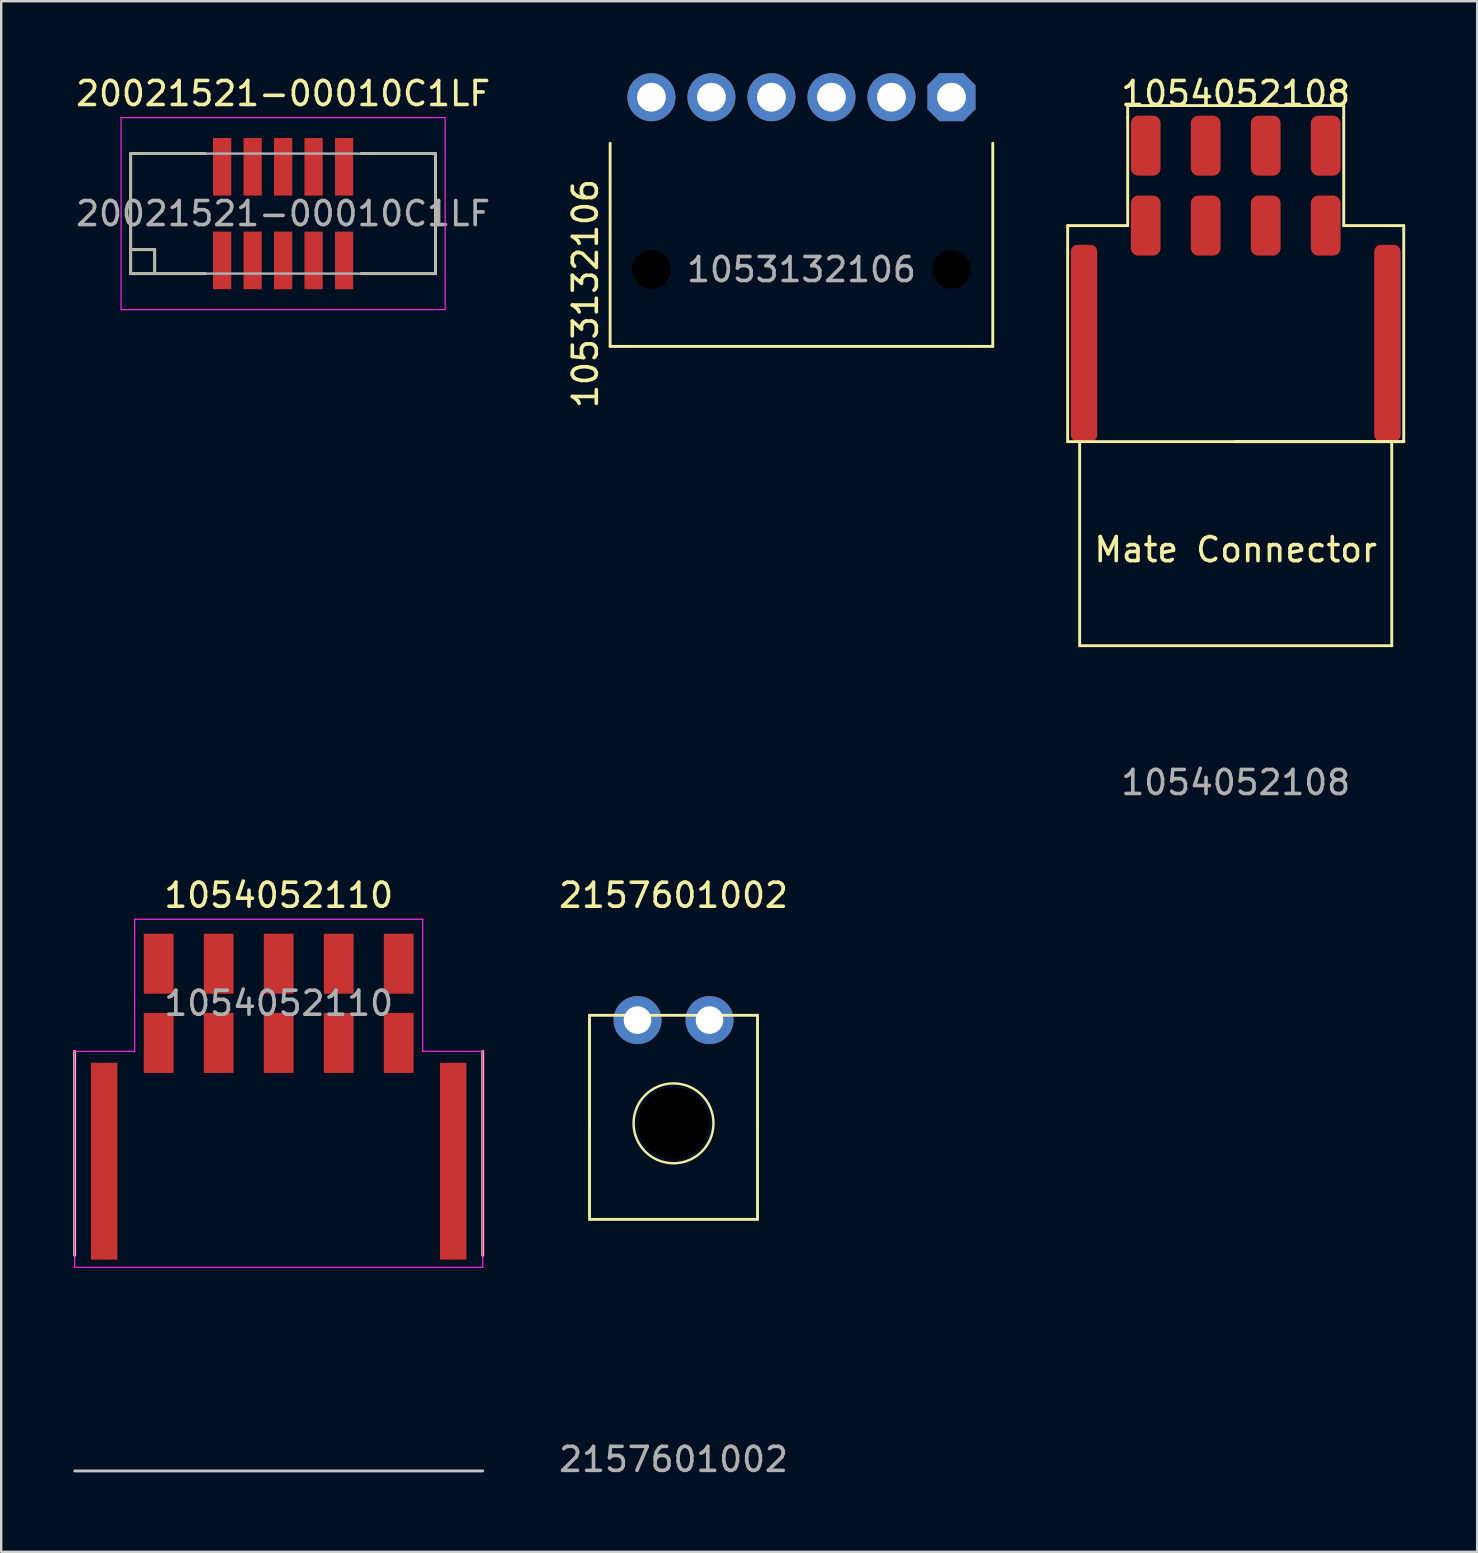
<source format=kicad_pcb>
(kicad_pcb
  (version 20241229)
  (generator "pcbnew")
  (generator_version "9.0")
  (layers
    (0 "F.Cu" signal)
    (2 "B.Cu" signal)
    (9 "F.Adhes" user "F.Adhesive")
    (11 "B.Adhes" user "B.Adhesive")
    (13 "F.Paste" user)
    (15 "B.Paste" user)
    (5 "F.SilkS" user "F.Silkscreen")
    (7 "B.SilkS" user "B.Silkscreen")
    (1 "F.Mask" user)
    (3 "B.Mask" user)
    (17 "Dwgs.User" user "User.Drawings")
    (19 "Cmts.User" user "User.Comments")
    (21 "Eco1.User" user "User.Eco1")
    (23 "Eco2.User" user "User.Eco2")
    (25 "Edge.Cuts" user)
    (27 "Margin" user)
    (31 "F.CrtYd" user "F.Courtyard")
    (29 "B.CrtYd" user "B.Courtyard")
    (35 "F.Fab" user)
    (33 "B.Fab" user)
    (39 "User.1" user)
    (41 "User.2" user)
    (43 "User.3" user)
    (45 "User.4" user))
  (footprint "1054052108"
    (layer "F.Cu")
    (at 48.426 15.348)
    (property "Reference" "1054052108" (at 0 -14.5 0) (unlocked yes) (layer "F.SilkS") (effects (font (size 1 1) (thickness 0.15))))
    (attr smd)
    (fp_line (start -7 -9) (end -4.5 -9) (stroke (width 0.12) (type solid)) (layer "F.SilkS"))
    (fp_line (start -7 0) (end -7 -9) (stroke (width 0.12) (type solid)) (layer "F.SilkS"))
    (fp_line (start -6.5 8.5) (end -6.5 0) (stroke (width 0.12) (type solid)) (layer "F.SilkS"))
    (fp_line (start -4.5 -13.5) (end -4.5 -14) (stroke (width 0.12) (type solid)) (layer "F.SilkS"))
    (fp_line (start -4.5 -13.5) (end -4.5 -9) (stroke (width 0.12) (type solid)) (layer "F.SilkS"))
    (fp_line (start 0 0) (end -7 0) (stroke (width 0.12) (type solid)) (layer "F.SilkS"))
    (fp_line (start 0 0) (end 7 0) (stroke (width 0.12) (type solid)) (layer "F.SilkS"))
    (fp_line (start 4.5 -14) (end -4.5 -14) (stroke (width 0.12) (type solid)) (layer "F.SilkS"))
    (fp_line (start 4.5 -13.5) (end 4.5 -14) (stroke (width 0.12) (type solid)) (layer "F.SilkS"))
    (fp_line (start 4.5 -9) (end 4.5 -13.5) (stroke (width 0.12) (type solid)) (layer "F.SilkS"))
    (fp_line (start 6.5 0) (end 6.5 8.5) (stroke (width 0.12) (type solid)) (layer "F.SilkS"))
    (fp_line (start 6.5 8.5) (end -6.5 8.5) (stroke (width 0.12) (type solid)) (layer "F.SilkS"))
    (fp_line (start 7 -9) (end 4.5 -9) (stroke (width 0.12) (type solid)) (layer "F.SilkS"))
    (fp_line (start 7 0) (end 0 0) (stroke (width 0.12) (type solid)) (layer "F.SilkS"))
    (fp_line (start 7 0) (end 7 -9) (stroke (width 0.12) (type solid)) (layer "F.SilkS"))
    (fp_text user "Mate Connector" (at 0 4.5 0) (unlocked yes) (layer "F.SilkS") (effects (font (size 1 1) (thickness 0.15))))
    (fp_text user "${REFERENCE}" (at 0 14.2 0) (unlocked yes) (layer "F.Fab") (effects (font (size 1 1) (thickness 0.15))))
    (pad "" smd roundrect (at -6.32 -4.1) (size 1.1 8.2) (layers "F.Cu" "F.Mask" "F.Paste") (roundrect_rratio 0.25))
    (pad "" smd roundrect (at 6.32 -4.1) (size 1.1 8.2) (layers "F.Cu" "F.Mask" "F.Paste") (roundrect_rratio 0.25))
    (pad "1" smd roundrect (at 3.75 -12.33) (size 1.24 2.5) (layers "F.Cu" "F.Mask" "F.Paste") (roundrect_rratio 0.25))
    (pad "2" smd roundrect (at 1.25 -12.33) (size 1.24 2.5) (layers "F.Cu" "F.Mask" "F.Paste") (roundrect_rratio 0.25))
    (pad "3" smd roundrect (at -1.25 -12.33) (size 1.24 2.5) (layers "F.Cu" "F.Mask" "F.Paste") (roundrect_rratio 0.25))
    (pad "4" smd roundrect (at -3.75 -12.33) (size 1.24 2.5) (layers "F.Cu" "F.Mask" "F.Paste") (roundrect_rratio 0.25))
    (pad "5" smd roundrect (at 3.75 -9) (size 1.24 2.5) (layers "F.Cu" "F.Mask" "F.Paste") (roundrect_rratio 0.25))
    (pad "6" smd roundrect (at 1.25 -9) (size 1.24 2.5) (layers "F.Cu" "F.Mask" "F.Paste") (roundrect_rratio 0.25))
    (pad "7" smd roundrect (at -1.25 -9) (size 1.24 2.5) (layers "F.Cu" "F.Mask" "F.Paste") (roundrect_rratio 0.25))
    (pad "8" smd roundrect (at -3.75 -9) (size 1.24 2.5) (layers "F.Cu" "F.Mask" "F.Paste") (roundrect_rratio 0.25)))
  (footprint "2157601002"
    (layer "F.Cu")
    (at 25.007 43.745)
    (property "Reference" "2157601002" (at 0 -9.5 0) (unlocked yes) (layer "F.SilkS") (effects (font (size 1 1) (thickness 0.15))))
    (fp_line (start -3.5 -4.5) (end 3.5 -4.5) (stroke (width 0.12) (type solid)) (layer "F.SilkS"))
    (fp_line (start -3.5 0) (end -3.5 -4.5) (stroke (width 0.12) (type solid)) (layer "F.SilkS"))
    (fp_line (start -3.5 4) (end -3.5 0) (stroke (width 0.12) (type solid)) (layer "F.SilkS"))
    (fp_line (start 3.5 -4.5) (end 3.5 0) (stroke (width 0.12) (type solid)) (layer "F.SilkS"))
    (fp_line (start 3.5 0) (end 3.5 4) (stroke (width 0.12) (type solid)) (layer "F.SilkS"))
    (fp_line (start 3.5 4) (end -3.5 4) (stroke (width 0.12) (type solid)) (layer "F.SilkS"))
    (fp_circle (center 0 0) (end 0.9 1.4) (stroke (width 0.1) (type default)) (fill no) (layer "F.SilkS"))
    (fp_text user "${REFERENCE}" (at 0 14 0) (unlocked yes) (layer "F.Fab") (effects (font (size 1 1) (thickness 0.15))))
    (pad "" np_thru_hole circle (at 0 0) (size 3 3) (drill 3) (layers "*.Mask"))
    (pad "1" thru_hole circle (at 1.5 -4.3) (size 2 2) (drill 1.15) (layers "*.Cu" "*.Mask"))
    (pad "2" thru_hole circle (at -1.5 -4.3) (size 2 2) (drill 1.15) (layers "*.Cu" "*.Mask")))
  (footprint "1054052110"
    (layer "F.Cu")
    (at 8.56 38.745)
    (property "Reference" "1054052110" (at 0 -4.5 0) (layer "F.SilkS") (effects (font (size 1 1) (thickness 0.15))))
    (attr smd)
    (fp_line (start -8.5 2) (end -8.5 10.5) (stroke (width 0.12) (type solid)) (layer "F.SilkS"))
    (fp_line (start 8.5 2) (end 8.5 10.5) (stroke (width 0.12) (type solid)) (layer "F.SilkS"))
    (fp_line (start -8.5 19.48) (end 8.5 19.48) (stroke (width 0.12) (type solid)) (layer "Dwgs.User"))
    (fp_line (start -8.5 2) (end -6 2) (stroke (width 0.05) (type solid)) (layer "F.CrtYd"))
    (fp_line (start -8.5 11) (end -8.5 2) (stroke (width 0.05) (type solid)) (layer "F.CrtYd"))
    (fp_line (start -6 -3.5) (end 6 -3.5) (stroke (width 0.05) (type solid)) (layer "F.CrtYd"))
    (fp_line (start -6 2) (end -6 -3.5) (stroke (width 0.05) (type solid)) (layer "F.CrtYd"))
    (fp_line (start 6 -3.5) (end 6 2) (stroke (width 0.05) (type solid)) (layer "F.CrtYd"))
    (fp_line (start 6 2) (end 8.5 2) (stroke (width 0.05) (type solid)) (layer "F.CrtYd"))
    (fp_line (start 8.5 2) (end 8.5 11) (stroke (width 0.05) (type solid)) (layer "F.CrtYd"))
    (fp_line (start 8.5 11) (end -8.5 11) (stroke (width 0.05) (type solid)) (layer "F.CrtYd"))
    (fp_text user "${REFERENCE}" (at 0 0 0) (layer "F.Fab") (effects (font (size 1 1) (thickness 0.15))))
    (pad "1" smd rect (at 5 -1.65) (size 1.24 2.5) (layers "F.Cu" "F.Mask" "F.Paste"))
    (pad "2" smd rect (at 2.5 -1.65) (size 1.24 2.5) (layers "F.Cu" "F.Mask" "F.Paste"))
    (pad "3" smd rect (at 0 -1.65) (size 1.24 2.5) (layers "F.Cu" "F.Mask" "F.Paste"))
    (pad "4" smd rect (at -2.5 -1.65) (size 1.24 2.5) (layers "F.Cu" "F.Mask" "F.Paste"))
    (pad "5" smd rect (at -5 -1.65) (size 1.24 2.5) (layers "F.Cu" "F.Mask" "F.Paste"))
    (pad "6" smd rect (at 5 1.65) (size 1.24 2.5) (layers "F.Cu" "F.Mask" "F.Paste"))
    (pad "7" smd rect (at 2.5 1.65) (size 1.24 2.5) (layers "F.Cu" "F.Mask" "F.Paste"))
    (pad "8" smd rect (at 0 1.65) (size 1.24 2.5) (layers "F.Cu" "F.Mask" "F.Paste"))
    (pad "9" smd rect (at -2.5 1.65) (size 1.24 2.5) (layers "F.Cu" "F.Mask" "F.Paste"))
    (pad "10" smd rect (at -5 1.65) (size 1.24 2.5) (layers "F.Cu" "F.Mask" "F.Paste"))
    (pad "~" smd rect (at -7.27 6.58) (size 1.1 8.2) (layers "F.Cu" "F.Mask" "F.Paste"))
    (pad "~" smd rect (at 7.27 6.58) (size 1.1 8.2) (layers "F.Cu" "F.Mask" "F.Paste")))
  (footprint "1053132106"
    (layer "F.Cu")
    (at 30.336 8.18)
    (property "Reference" "1053132106" (at -9 1 90) (layer "F.SilkS") (effects (font (size 1 1) (thickness 0.15))))
    (attr through_hole)
    (fp_line (start -7.97 3.2) (end -7.97 -5.26) (stroke (width 0.12) (type solid)) (layer "F.SilkS"))
    (fp_line (start -7.97 3.2) (end 7.97 3.2) (stroke (width 0.12) (type solid)) (layer "F.SilkS"))
    (fp_line (start 7.97 -5.26) (end 7.97 3.2) (stroke (width 0.12) (type solid)) (layer "F.SilkS"))
    (fp_text user "${REFERENCE}" (at 0 0 0) (layer "F.Fab") (effects (font (size 1 1) (thickness 0.15))))
    (pad "" np_thru_hole circle (at -6.25 0) (size 1.6 1.6) (drill 1.6) (layers "*.Mask"))
    (pad "" np_thru_hole circle (at 6.25 0) (size 1.6 1.6) (drill oval 1.75 1.6) (layers "*.Mask"))
    (pad "1" thru_hole roundrect (at 6.25 -7.18) (size 2 2) (drill 1.2) (layers "*.Cu" "*.Mask") (roundrect_rratio 0) (chamfer_ratio 0.25) (chamfer top_left top_right bottom_left bottom_right))
    (pad "2" thru_hole circle (at 3.75 -7.18) (size 2 2) (drill 1.2) (layers "*.Cu" "*.Mask"))
    (pad "3" thru_hole circle (at 1.25 -7.18) (size 2 2) (drill 1.2) (layers "*.Cu" "*.Mask"))
    (pad "4" thru_hole circle (at -1.25 -7.18) (size 2 2) (drill 1.2) (layers "*.Cu" "*.Mask"))
    (pad "5" thru_hole circle (at -3.75 -7.18) (size 2 2) (drill 1.2) (layers "*.Cu" "*.Mask"))
    (pad "6" thru_hole circle (at -6.25 -7.18) (size 2 2) (drill 1.2) (layers "*.Cu" "*.Mask")))
  (footprint "20021521-00010C1LF"
    (layer "F.Cu")
    (at 8.744 5.848)
    (property "Reference" "20021521-00010C1LF" (at 0 -5 0) (layer "F.SilkS") (effects (font (size 1 1) (thickness 0.15))))
    (attr smd)
    (fp_line (start -6.35 -2.5) (end -3.25 -2.5) (stroke (width 0.12) (type solid)) (layer "F.SilkS"))
    (fp_line (start -6.35 2.5) (end -6.35 -2.5) (stroke (width 0.12) (type solid)) (layer "F.SilkS"))
    (fp_line (start -5.35 1.5) (end -6.35 1.5) (stroke (width 0.12) (type solid)) (layer "F.SilkS"))
    (fp_line (start -5.35 2.5) (end -5.35 1.5) (stroke (width 0.12) (type solid)) (layer "F.SilkS"))
    (fp_line (start -3.25 2.5) (end -6.35 2.5) (stroke (width 0.12) (type solid)) (layer "F.SilkS"))
    (fp_line (start 3.25 -2.5) (end 6.35 -2.5) (stroke (width 0.12) (type solid)) (layer "F.SilkS"))
    (fp_line (start 6.35 -2.5) (end 6.35 2.5) (stroke (width 0.12) (type solid)) (layer "F.SilkS"))
    (fp_line (start 6.35 2.5) (end 3.25 2.5) (stroke (width 0.12) (type solid)) (layer "F.SilkS"))
    (fp_line (start -6.75 -4) (end -6.75 4) (stroke (width 0.05) (type solid)) (layer "F.CrtYd"))
    (fp_line (start -6.75 4) (end 6.75 4) (stroke (width 0.05) (type solid)) (layer "F.CrtYd"))
    (fp_line (start 6.75 -4) (end -6.75 -4) (stroke (width 0.05) (type solid)) (layer "F.CrtYd"))
    (fp_line (start 6.75 4) (end 6.75 -4) (stroke (width 0.05) (type solid)) (layer "F.CrtYd"))
    (fp_line (start -6.35 -2.5) (end 6.35 -2.5) (stroke (width 0.1) (type solid)) (layer "F.Fab"))
    (fp_line (start -6.35 1.5) (end -5.35 1.5) (stroke (width 0.1) (type solid)) (layer "F.Fab"))
    (fp_line (start -6.35 2.5) (end -6.35 -2.5) (stroke (width 0.1) (type solid)) (layer "F.Fab"))
    (fp_line (start -5.35 2.5) (end -5.35 1.5) (stroke (width 0.1) (type solid)) (layer "F.Fab"))
    (fp_line (start 6.35 -2.5) (end 6.35 2.5) (stroke (width 0.1) (type solid)) (layer "F.Fab"))
    (fp_line (start 6.35 2.5) (end -6.35 2.5) (stroke (width 0.1) (type solid)) (layer "F.Fab"))
    (fp_text user "${REFERENCE}" (at 0 0 180) (layer "F.Fab") (effects (font (size 1 1) (thickness 0.15))))
    (pad "1" smd rect (at -2.54 1.95 90) (size 2.4 0.76) (layers "F.Cu" "F.Mask" "F.Paste"))
    (pad "2" smd rect (at -2.54 -1.95 90) (size 2.4 0.76) (layers "F.Cu" "F.Mask" "F.Paste"))
    (pad "3" smd rect (at -1.27 1.95 90) (size 2.4 0.76) (layers "F.Cu" "F.Mask" "F.Paste"))
    (pad "4" smd rect (at -1.27 -1.95 90) (size 2.4 0.76) (layers "F.Cu" "F.Mask" "F.Paste"))
    (pad "5" smd rect (at 0 1.95 90) (size 2.4 0.76) (layers "F.Cu" "F.Mask" "F.Paste"))
    (pad "6" smd rect (at 0 -1.95 90) (size 2.4 0.76) (layers "F.Cu" "F.Mask" "F.Paste"))
    (pad "7" smd rect (at 1.27 1.95 90) (size 2.4 0.76) (layers "F.Cu" "F.Mask" "F.Paste"))
    (pad "8" smd rect (at 1.27 -1.95 90) (size 2.4 0.76) (layers "F.Cu" "F.Mask" "F.Paste"))
    (pad "9" smd rect (at 2.54 1.95 90) (size 2.4 0.76) (layers "F.Cu" "F.Mask" "F.Paste"))
    (pad "10" smd rect (at 2.54 -1.95 90) (size 2.4 0.76) (layers "F.Cu" "F.Mask" "F.Paste")))
  (gr_rect
    (start -3 -3)
    (end 58.486 61.593)
    (stroke (width 0.1) (type default))
    (fill no)
    (layer "Edge.Cuts")))
</source>
